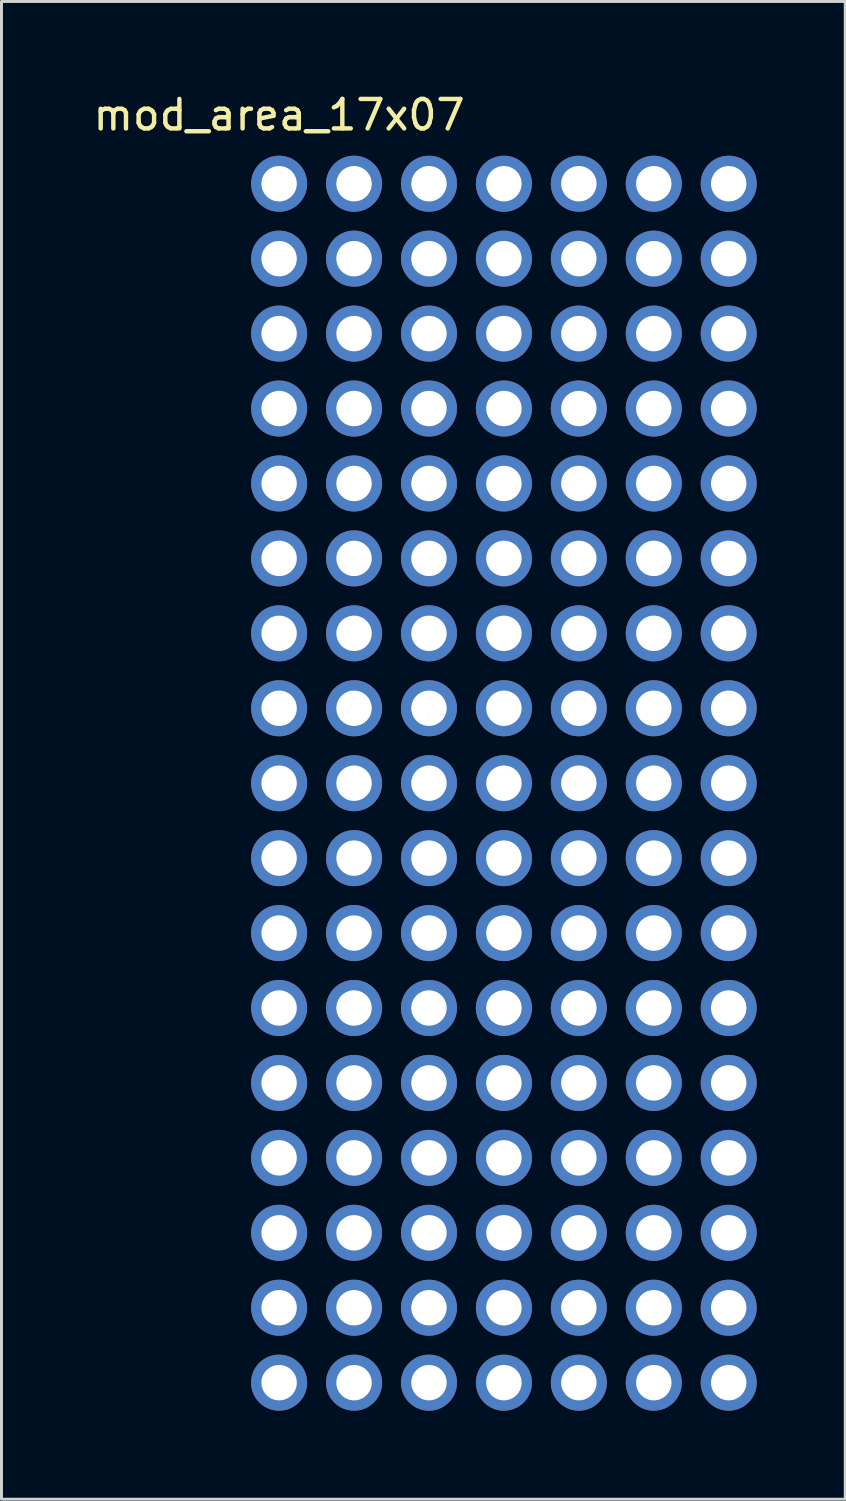
<source format=kicad_pcb>
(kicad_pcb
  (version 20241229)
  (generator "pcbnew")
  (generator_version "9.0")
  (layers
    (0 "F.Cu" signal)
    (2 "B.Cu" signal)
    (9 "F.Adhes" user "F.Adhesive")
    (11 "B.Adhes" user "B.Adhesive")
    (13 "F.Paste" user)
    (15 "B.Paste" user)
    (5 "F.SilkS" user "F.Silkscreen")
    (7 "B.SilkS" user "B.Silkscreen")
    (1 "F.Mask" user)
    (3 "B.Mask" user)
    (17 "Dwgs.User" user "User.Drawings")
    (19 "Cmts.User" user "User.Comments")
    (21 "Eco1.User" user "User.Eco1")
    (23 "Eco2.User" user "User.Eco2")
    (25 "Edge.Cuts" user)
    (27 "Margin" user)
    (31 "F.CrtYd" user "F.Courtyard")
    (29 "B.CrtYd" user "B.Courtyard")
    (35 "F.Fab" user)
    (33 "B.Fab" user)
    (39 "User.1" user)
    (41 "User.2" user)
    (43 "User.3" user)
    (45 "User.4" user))
  (footprint "mod_area_17x07"
    (layer "F.Cu")
    (at 6.411 3.178)
    (property "Reference" "mod_area_17x07" (at 0 -2.33 0) (layer "F.SilkS") (effects (font (size 1 1) (thickness 0.15))))
    (attr through_hole)
    (pad "1" thru_hole circle (at 0 0) (size 1.9 1.9) (drill 1.2) (layers "*.Cu" "*.Mask"))
    (pad "1" thru_hole circle (at 0 2.54) (size 1.9 1.9) (drill 1.2) (layers "*.Cu" "*.Mask"))
    (pad "1" thru_hole circle (at 0 5.08) (size 1.9 1.9) (drill 1.2) (layers "*.Cu" "*.Mask"))
    (pad "1" thru_hole circle (at 0 7.62) (size 1.9 1.9) (drill 1.2) (layers "*.Cu" "*.Mask"))
    (pad "1" thru_hole circle (at 0 10.16) (size 1.9 1.9) (drill 1.2) (layers "*.Cu" "*.Mask"))
    (pad "1" thru_hole circle (at 0 12.7) (size 1.9 1.9) (drill 1.2) (layers "*.Cu" "*.Mask"))
    (pad "1" thru_hole circle (at 0 15.24) (size 1.9 1.9) (drill 1.2) (layers "*.Cu" "*.Mask"))
    (pad "1" thru_hole circle (at 0 17.78) (size 1.9 1.9) (drill 1.2) (layers "*.Cu" "*.Mask"))
    (pad "1" thru_hole circle (at 0 20.32) (size 1.9 1.9) (drill 1.2) (layers "*.Cu" "*.Mask"))
    (pad "1" thru_hole circle (at 0 22.86) (size 1.9 1.9) (drill 1.2) (layers "*.Cu" "*.Mask"))
    (pad "1" thru_hole circle (at 0 25.4) (size 1.9 1.9) (drill 1.2) (layers "*.Cu" "*.Mask"))
    (pad "1" thru_hole circle (at 0 27.94) (size 1.9 1.9) (drill 1.2) (layers "*.Cu" "*.Mask"))
    (pad "1" thru_hole circle (at 0 30.48) (size 1.9 1.9) (drill 1.2) (layers "*.Cu" "*.Mask"))
    (pad "1" thru_hole circle (at 0 33.02) (size 1.9 1.9) (drill 1.2) (layers "*.Cu" "*.Mask"))
    (pad "1" thru_hole circle (at 0 35.56) (size 1.9 1.9) (drill 1.2) (layers "*.Cu" "*.Mask"))
    (pad "1" thru_hole circle (at 0 38.1) (size 1.9 1.9) (drill 1.2) (layers "*.Cu" "*.Mask"))
    (pad "1" thru_hole circle (at 0 40.64) (size 1.9 1.9) (drill 1.2) (layers "*.Cu" "*.Mask"))
    (pad "1" thru_hole circle (at 2.54 0) (size 1.9 1.9) (drill 1.2) (layers "*.Cu" "*.Mask"))
    (pad "1" thru_hole circle (at 2.54 2.54) (size 1.9 1.9) (drill 1.2) (layers "*.Cu" "*.Mask"))
    (pad "1" thru_hole circle (at 2.54 5.08) (size 1.9 1.9) (drill 1.2) (layers "*.Cu" "*.Mask"))
    (pad "1" thru_hole circle (at 2.54 7.62) (size 1.9 1.9) (drill 1.2) (layers "*.Cu" "*.Mask"))
    (pad "1" thru_hole circle (at 2.54 10.16) (size 1.9 1.9) (drill 1.2) (layers "*.Cu" "*.Mask"))
    (pad "1" thru_hole circle (at 2.54 12.7) (size 1.9 1.9) (drill 1.2) (layers "*.Cu" "*.Mask"))
    (pad "1" thru_hole circle (at 2.54 15.24) (size 1.9 1.9) (drill 1.2) (layers "*.Cu" "*.Mask"))
    (pad "1" thru_hole circle (at 2.54 17.78) (size 1.9 1.9) (drill 1.2) (layers "*.Cu" "*.Mask"))
    (pad "1" thru_hole circle (at 2.54 20.32) (size 1.9 1.9) (drill 1.2) (layers "*.Cu" "*.Mask"))
    (pad "1" thru_hole circle (at 2.54 22.86) (size 1.9 1.9) (drill 1.2) (layers "*.Cu" "*.Mask"))
    (pad "1" thru_hole circle (at 2.54 25.4) (size 1.9 1.9) (drill 1.2) (layers "*.Cu" "*.Mask"))
    (pad "1" thru_hole circle (at 2.54 27.94) (size 1.9 1.9) (drill 1.2) (layers "*.Cu" "*.Mask"))
    (pad "1" thru_hole circle (at 2.54 30.48) (size 1.9 1.9) (drill 1.2) (layers "*.Cu" "*.Mask"))
    (pad "1" thru_hole circle (at 2.54 33.02) (size 1.9 1.9) (drill 1.2) (layers "*.Cu" "*.Mask"))
    (pad "1" thru_hole circle (at 2.54 35.56) (size 1.9 1.9) (drill 1.2) (layers "*.Cu" "*.Mask"))
    (pad "1" thru_hole circle (at 2.54 38.1) (size 1.9 1.9) (drill 1.2) (layers "*.Cu" "*.Mask"))
    (pad "1" thru_hole circle (at 2.54 40.64) (size 1.9 1.9) (drill 1.2) (layers "*.Cu" "*.Mask"))
    (pad "1" thru_hole circle (at 5.08 0) (size 1.9 1.9) (drill 1.2) (layers "*.Cu" "*.Mask"))
    (pad "1" thru_hole circle (at 5.08 2.54) (size 1.9 1.9) (drill 1.2) (layers "*.Cu" "*.Mask"))
    (pad "1" thru_hole circle (at 5.08 5.08) (size 1.9 1.9) (drill 1.2) (layers "*.Cu" "*.Mask"))
    (pad "1" thru_hole circle (at 5.08 7.62) (size 1.9 1.9) (drill 1.2) (layers "*.Cu" "*.Mask"))
    (pad "1" thru_hole circle (at 5.08 10.16) (size 1.9 1.9) (drill 1.2) (layers "*.Cu" "*.Mask"))
    (pad "1" thru_hole circle (at 5.08 12.7) (size 1.9 1.9) (drill 1.2) (layers "*.Cu" "*.Mask"))
    (pad "1" thru_hole circle (at 5.08 15.24) (size 1.9 1.9) (drill 1.2) (layers "*.Cu" "*.Mask"))
    (pad "1" thru_hole circle (at 5.08 17.78) (size 1.9 1.9) (drill 1.2) (layers "*.Cu" "*.Mask"))
    (pad "1" thru_hole circle (at 5.08 20.32) (size 1.9 1.9) (drill 1.2) (layers "*.Cu" "*.Mask"))
    (pad "1" thru_hole circle (at 5.08 22.86) (size 1.9 1.9) (drill 1.2) (layers "*.Cu" "*.Mask"))
    (pad "1" thru_hole circle (at 5.08 25.4) (size 1.9 1.9) (drill 1.2) (layers "*.Cu" "*.Mask"))
    (pad "1" thru_hole circle (at 5.08 27.94) (size 1.9 1.9) (drill 1.2) (layers "*.Cu" "*.Mask"))
    (pad "1" thru_hole circle (at 5.08 30.48) (size 1.9 1.9) (drill 1.2) (layers "*.Cu" "*.Mask"))
    (pad "1" thru_hole circle (at 5.08 33.02) (size 1.9 1.9) (drill 1.2) (layers "*.Cu" "*.Mask"))
    (pad "1" thru_hole circle (at 5.08 35.56) (size 1.9 1.9) (drill 1.2) (layers "*.Cu" "*.Mask"))
    (pad "1" thru_hole circle (at 5.08 38.1) (size 1.9 1.9) (drill 1.2) (layers "*.Cu" "*.Mask"))
    (pad "1" thru_hole circle (at 5.08 40.64) (size 1.9 1.9) (drill 1.2) (layers "*.Cu" "*.Mask"))
    (pad "1" thru_hole circle (at 7.62 0) (size 1.9 1.9) (drill 1.2) (layers "*.Cu" "*.Mask"))
    (pad "1" thru_hole circle (at 7.62 2.54) (size 1.9 1.9) (drill 1.2) (layers "*.Cu" "*.Mask"))
    (pad "1" thru_hole circle (at 7.62 5.08) (size 1.9 1.9) (drill 1.2) (layers "*.Cu" "*.Mask"))
    (pad "1" thru_hole circle (at 7.62 7.62) (size 1.9 1.9) (drill 1.2) (layers "*.Cu" "*.Mask"))
    (pad "1" thru_hole circle (at 7.62 10.16) (size 1.9 1.9) (drill 1.2) (layers "*.Cu" "*.Mask"))
    (pad "1" thru_hole circle (at 7.62 12.7) (size 1.9 1.9) (drill 1.2) (layers "*.Cu" "*.Mask"))
    (pad "1" thru_hole circle (at 7.62 15.24) (size 1.9 1.9) (drill 1.2) (layers "*.Cu" "*.Mask"))
    (pad "1" thru_hole circle (at 7.62 17.78) (size 1.9 1.9) (drill 1.2) (layers "*.Cu" "*.Mask"))
    (pad "1" thru_hole circle (at 7.62 20.32) (size 1.9 1.9) (drill 1.2) (layers "*.Cu" "*.Mask"))
    (pad "1" thru_hole circle (at 7.62 22.86) (size 1.9 1.9) (drill 1.2) (layers "*.Cu" "*.Mask"))
    (pad "1" thru_hole circle (at 7.62 25.4) (size 1.9 1.9) (drill 1.2) (layers "*.Cu" "*.Mask"))
    (pad "1" thru_hole circle (at 7.62 27.94) (size 1.9 1.9) (drill 1.2) (layers "*.Cu" "*.Mask"))
    (pad "1" thru_hole circle (at 7.62 30.48) (size 1.9 1.9) (drill 1.2) (layers "*.Cu" "*.Mask"))
    (pad "1" thru_hole circle (at 7.62 33.02) (size 1.9 1.9) (drill 1.2) (layers "*.Cu" "*.Mask"))
    (pad "1" thru_hole circle (at 7.62 35.56) (size 1.9 1.9) (drill 1.2) (layers "*.Cu" "*.Mask"))
    (pad "1" thru_hole circle (at 7.62 38.1) (size 1.9 1.9) (drill 1.2) (layers "*.Cu" "*.Mask"))
    (pad "1" thru_hole circle (at 7.62 40.64) (size 1.9 1.9) (drill 1.2) (layers "*.Cu" "*.Mask"))
    (pad "1" thru_hole circle (at 10.16 0) (size 1.9 1.9) (drill 1.2) (layers "*.Cu" "*.Mask"))
    (pad "1" thru_hole circle (at 10.16 2.54) (size 1.9 1.9) (drill 1.2) (layers "*.Cu" "*.Mask"))
    (pad "1" thru_hole circle (at 10.16 5.08) (size 1.9 1.9) (drill 1.2) (layers "*.Cu" "*.Mask"))
    (pad "1" thru_hole circle (at 10.16 7.62) (size 1.9 1.9) (drill 1.2) (layers "*.Cu" "*.Mask"))
    (pad "1" thru_hole circle (at 10.16 10.16) (size 1.9 1.9) (drill 1.2) (layers "*.Cu" "*.Mask"))
    (pad "1" thru_hole circle (at 10.16 12.7) (size 1.9 1.9) (drill 1.2) (layers "*.Cu" "*.Mask"))
    (pad "1" thru_hole circle (at 10.16 15.24) (size 1.9 1.9) (drill 1.2) (layers "*.Cu" "*.Mask"))
    (pad "1" thru_hole circle (at 10.16 17.78) (size 1.9 1.9) (drill 1.2) (layers "*.Cu" "*.Mask"))
    (pad "1" thru_hole circle (at 10.16 20.32) (size 1.9 1.9) (drill 1.2) (layers "*.Cu" "*.Mask"))
    (pad "1" thru_hole circle (at 10.16 22.86) (size 1.9 1.9) (drill 1.2) (layers "*.Cu" "*.Mask"))
    (pad "1" thru_hole circle (at 10.16 25.4) (size 1.9 1.9) (drill 1.2) (layers "*.Cu" "*.Mask"))
    (pad "1" thru_hole circle (at 10.16 27.94) (size 1.9 1.9) (drill 1.2) (layers "*.Cu" "*.Mask"))
    (pad "1" thru_hole circle (at 10.16 30.48) (size 1.9 1.9) (drill 1.2) (layers "*.Cu" "*.Mask"))
    (pad "1" thru_hole circle (at 10.16 33.02) (size 1.9 1.9) (drill 1.2) (layers "*.Cu" "*.Mask"))
    (pad "1" thru_hole circle (at 10.16 35.56) (size 1.9 1.9) (drill 1.2) (layers "*.Cu" "*.Mask"))
    (pad "1" thru_hole circle (at 10.16 38.1) (size 1.9 1.9) (drill 1.2) (layers "*.Cu" "*.Mask"))
    (pad "1" thru_hole circle (at 10.16 40.64) (size 1.9 1.9) (drill 1.2) (layers "*.Cu" "*.Mask"))
    (pad "1" thru_hole circle (at 12.7 0) (size 1.9 1.9) (drill 1.2) (layers "*.Cu" "*.Mask"))
    (pad "1" thru_hole circle (at 12.7 2.54) (size 1.9 1.9) (drill 1.2) (layers "*.Cu" "*.Mask"))
    (pad "1" thru_hole circle (at 12.7 5.08) (size 1.9 1.9) (drill 1.2) (layers "*.Cu" "*.Mask"))
    (pad "1" thru_hole circle (at 12.7 7.62) (size 1.9 1.9) (drill 1.2) (layers "*.Cu" "*.Mask"))
    (pad "1" thru_hole circle (at 12.7 10.16) (size 1.9 1.9) (drill 1.2) (layers "*.Cu" "*.Mask"))
    (pad "1" thru_hole circle (at 12.7 12.7) (size 1.9 1.9) (drill 1.2) (layers "*.Cu" "*.Mask"))
    (pad "1" thru_hole circle (at 12.7 15.24) (size 1.9 1.9) (drill 1.2) (layers "*.Cu" "*.Mask"))
    (pad "1" thru_hole circle (at 12.7 17.78) (size 1.9 1.9) (drill 1.2) (layers "*.Cu" "*.Mask"))
    (pad "1" thru_hole circle (at 12.7 20.32) (size 1.9 1.9) (drill 1.2) (layers "*.Cu" "*.Mask"))
    (pad "1" thru_hole circle (at 12.7 22.86) (size 1.9 1.9) (drill 1.2) (layers "*.Cu" "*.Mask"))
    (pad "1" thru_hole circle (at 12.7 25.4) (size 1.9 1.9) (drill 1.2) (layers "*.Cu" "*.Mask"))
    (pad "1" thru_hole circle (at 12.7 27.94) (size 1.9 1.9) (drill 1.2) (layers "*.Cu" "*.Mask"))
    (pad "1" thru_hole circle (at 12.7 30.48) (size 1.9 1.9) (drill 1.2) (layers "*.Cu" "*.Mask"))
    (pad "1" thru_hole circle (at 12.7 33.02) (size 1.9 1.9) (drill 1.2) (layers "*.Cu" "*.Mask"))
    (pad "1" thru_hole circle (at 12.7 35.56) (size 1.9 1.9) (drill 1.2) (layers "*.Cu" "*.Mask"))
    (pad "1" thru_hole circle (at 12.7 38.1) (size 1.9 1.9) (drill 1.2) (layers "*.Cu" "*.Mask"))
    (pad "1" thru_hole circle (at 12.7 40.64) (size 1.9 1.9) (drill 1.2) (layers "*.Cu" "*.Mask"))
    (pad "1" thru_hole circle (at 15.24 0) (size 1.9 1.9) (drill 1.2) (layers "*.Cu" "*.Mask"))
    (pad "1" thru_hole circle (at 15.24 2.54) (size 1.9 1.9) (drill 1.2) (layers "*.Cu" "*.Mask"))
    (pad "1" thru_hole circle (at 15.24 5.08) (size 1.9 1.9) (drill 1.2) (layers "*.Cu" "*.Mask"))
    (pad "1" thru_hole circle (at 15.24 7.62) (size 1.9 1.9) (drill 1.2) (layers "*.Cu" "*.Mask"))
    (pad "1" thru_hole circle (at 15.24 10.16) (size 1.9 1.9) (drill 1.2) (layers "*.Cu" "*.Mask"))
    (pad "1" thru_hole circle (at 15.24 12.7) (size 1.9 1.9) (drill 1.2) (layers "*.Cu" "*.Mask"))
    (pad "1" thru_hole circle (at 15.24 15.24) (size 1.9 1.9) (drill 1.2) (layers "*.Cu" "*.Mask"))
    (pad "1" thru_hole circle (at 15.24 17.78) (size 1.9 1.9) (drill 1.2) (layers "*.Cu" "*.Mask"))
    (pad "1" thru_hole circle (at 15.24 20.32) (size 1.9 1.9) (drill 1.2) (layers "*.Cu" "*.Mask"))
    (pad "1" thru_hole circle (at 15.24 22.86) (size 1.9 1.9) (drill 1.2) (layers "*.Cu" "*.Mask"))
    (pad "1" thru_hole circle (at 15.24 25.4) (size 1.9 1.9) (drill 1.2) (layers "*.Cu" "*.Mask"))
    (pad "1" thru_hole circle (at 15.24 27.94) (size 1.9 1.9) (drill 1.2) (layers "*.Cu" "*.Mask"))
    (pad "1" thru_hole circle (at 15.24 30.48) (size 1.9 1.9) (drill 1.2) (layers "*.Cu" "*.Mask"))
    (pad "1" thru_hole circle (at 15.24 33.02) (size 1.9 1.9) (drill 1.2) (layers "*.Cu" "*.Mask"))
    (pad "1" thru_hole circle (at 15.24 35.56) (size 1.9 1.9) (drill 1.2) (layers "*.Cu" "*.Mask"))
    (pad "1" thru_hole circle (at 15.24 38.1) (size 1.9 1.9) (drill 1.2) (layers "*.Cu" "*.Mask"))
    (pad "1" thru_hole circle (at 15.24 40.64) (size 1.9 1.9) (drill 1.2) (layers "*.Cu" "*.Mask")))
  (gr_rect
    (start -3 -3)
    (end 25.601 47.768)
    (stroke (width 0.1) (type default))
    (fill no)
    (layer "Edge.Cuts")))
</source>
